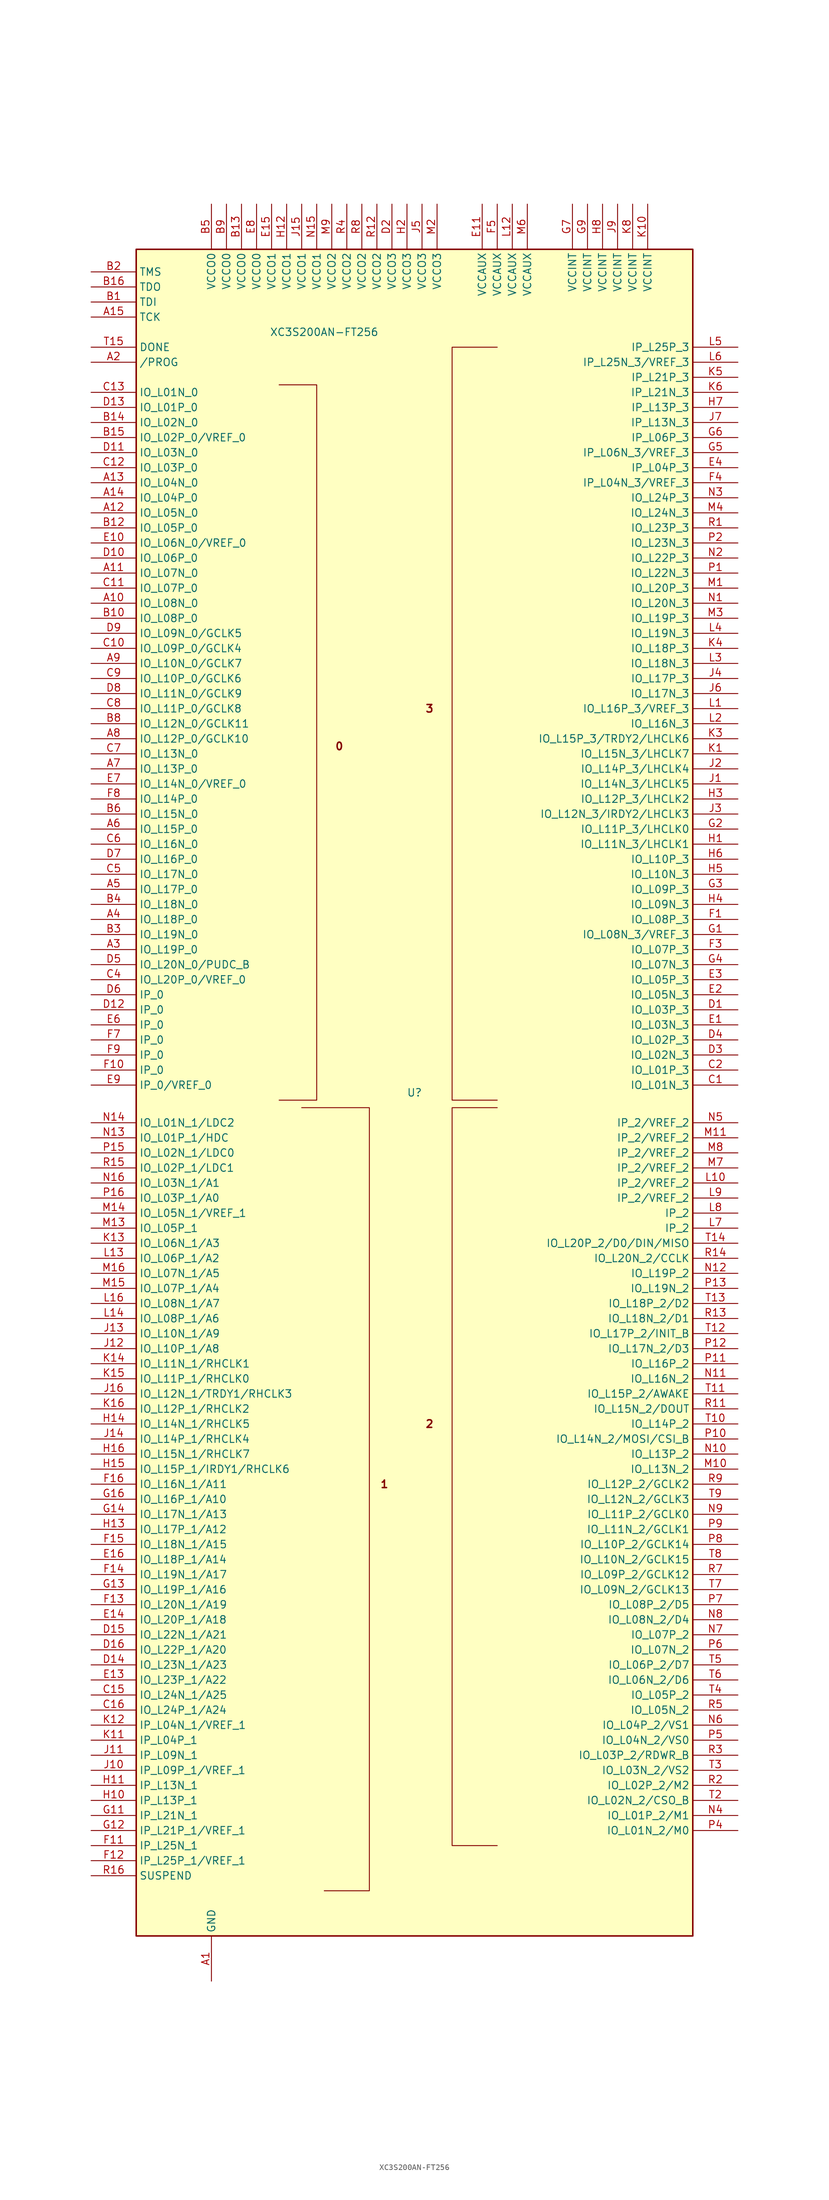
<source format=kicad_sym>
(kicad_symbol_lib
  (version 20241209)
  (generator "kicad_symbol_editor")
  (generator_version "9.0")
  (symbol "XC3S200AN-FT256"
    (property "Reference" "U"
      (at 0 0 0)
      (effects (font (size 1.27 1.27))))
    (property "Value" "XC3S200AN-FT256"
      (at -15.24 128.27 0)
      (effects (font (size 1.27 1.27))))
    (symbol "XC3S200AN-FT256_0_0"
      (text "0" (at -12.7 58.42 0) (effects (font (size 1.27 1.27) (bold yes))))
      (text "1" (at -5.08 -66.04 0) (effects (font (size 1.27 1.27) (bold yes))))
      (text "3" (at 2.54 64.77 0) (effects (font (size 1.27 1.27) (bold yes))))
      (text "2" (at 2.54 -55.88 0) (effects (font (size 1.27 1.27) (bold yes)))))
    (symbol "XC3S200AN-FT256_0_1"
      (rectangle (start -46.99 142.24) (end 46.99 -142.24) (stroke (width 0.254) (type default)) (fill (type background)))
      (polyline (pts (xy -22.86 119.38) (xy -16.51 119.38) (xy -16.51 -1.27) (xy -22.86 -1.27) (xy -22.86 -1.27)) (stroke (width 0) (type default)) (fill (type none)))
      (polyline (pts (xy -19.05 -2.54) (xy -7.62 -2.54) (xy -7.62 -134.62) (xy -15.24 -134.62) (xy -15.24 -134.62)) (stroke (width 0) (type default)) (fill (type none)))
      (polyline (pts (xy 13.97 125.73) (xy 6.35 125.73) (xy 6.35 -1.27) (xy 13.97 -1.27) (xy 13.97 -1.27)) (stroke (width 0) (type default)) (fill (type none)))
      (polyline (pts (xy 13.97 -2.54) (xy 6.35 -2.54) (xy 6.35 -127) (xy 13.97 -127) (xy 13.97 -127)) (stroke (width 0) (type default)) (fill (type none))))
    (symbol "XC3S200AN-FT256_1_1"
      (pin input line (at -54.61 138.43 0) (length 7.62) (name "TMS" (effects (font (size 1.27 1.27)))) (number "B2" (effects (font (size 1.27 1.27)))))
      (pin output line (at -54.61 135.89 0) (length 7.62) (name "TDO" (effects (font (size 1.27 1.27)))) (number "B16" (effects (font (size 1.27 1.27)))))
      (pin input line (at -54.61 133.35 0) (length 7.62) (name "TDI" (effects (font (size 1.27 1.27)))) (number "B1" (effects (font (size 1.27 1.27)))))
      (pin input line (at -54.61 130.81 0) (length 7.62) (name "TCK" (effects (font (size 1.27 1.27)))) (number "A15" (effects (font (size 1.27 1.27)))))
      (pin bidirectional line (at -54.61 125.73 0) (length 7.62) (name "DONE" (effects (font (size 1.27 1.27)))) (number "T15" (effects (font (size 1.27 1.27)))))
      (pin bidirectional line (at -54.61 123.19 0) (length 7.62) (name "/PROG" (effects (font (size 1.27 1.27)))) (number "A2" (effects (font (size 1.27 1.27)))))
      (pin bidirectional line (at -54.61 118.11 0) (length 7.62) (name "IO_L01N_0" (effects (font (size 1.27 1.27)))) (number "C13" (effects (font (size 1.27 1.27)))))
      (pin bidirectional line (at -54.61 115.57 0) (length 7.62) (name "IO_L01P_0" (effects (font (size 1.27 1.27)))) (number "D13" (effects (font (size 1.27 1.27)))))
      (pin bidirectional line (at -54.61 113.03 0) (length 7.62) (name "IO_L02N_0" (effects (font (size 1.27 1.27)))) (number "B14" (effects (font (size 1.27 1.27)))))
      (pin bidirectional line (at -54.61 110.49 0) (length 7.62) (name "IO_L02P_0/VREF_0" (effects (font (size 1.27 1.27)))) (number "B15" (effects (font (size 1.27 1.27)))))
      (pin bidirectional line (at -54.61 107.95 0) (length 7.62) (name "IO_L03N_0" (effects (font (size 1.27 1.27)))) (number "D11" (effects (font (size 1.27 1.27)))))
      (pin bidirectional line (at -54.61 105.41 0) (length 7.62) (name "IO_L03P_0" (effects (font (size 1.27 1.27)))) (number "C12" (effects (font (size 1.27 1.27)))))
      (pin bidirectional line (at -54.61 102.87 0) (length 7.62) (name "IO_L04N_0" (effects (font (size 1.27 1.27)))) (number "A13" (effects (font (size 1.27 1.27)))))
      (pin bidirectional line (at -54.61 100.33 0) (length 7.62) (name "IO_L04P_0" (effects (font (size 1.27 1.27)))) (number "A14" (effects (font (size 1.27 1.27)))))
      (pin bidirectional line (at -54.61 97.79 0) (length 7.62) (name "IO_L05N_0" (effects (font (size 1.27 1.27)))) (number "A12" (effects (font (size 1.27 1.27)))))
      (pin bidirectional line (at -54.61 95.25 0) (length 7.62) (name "IO_L05P_0" (effects (font (size 1.27 1.27)))) (number "B12" (effects (font (size 1.27 1.27)))))
      (pin bidirectional line (at -54.61 92.71 0) (length 7.62) (name "IO_L06N_0/VREF_0" (effects (font (size 1.27 1.27)))) (number "E10" (effects (font (size 1.27 1.27)))))
      (pin bidirectional line (at -54.61 90.17 0) (length 7.62) (name "IO_L06P_0" (effects (font (size 1.27 1.27)))) (number "D10" (effects (font (size 1.27 1.27)))))
      (pin bidirectional line (at -54.61 87.63 0) (length 7.62) (name "IO_L07N_0" (effects (font (size 1.27 1.27)))) (number "A11" (effects (font (size 1.27 1.27)))))
      (pin bidirectional line (at -54.61 85.09 0) (length 7.62) (name "IO_L07P_0" (effects (font (size 1.27 1.27)))) (number "C11" (effects (font (size 1.27 1.27)))))
      (pin bidirectional line (at -54.61 82.55 0) (length 7.62) (name "IO_L08N_0" (effects (font (size 1.27 1.27)))) (number "A10" (effects (font (size 1.27 1.27)))))
      (pin bidirectional line (at -54.61 80.01 0) (length 7.62) (name "IO_L08P_0" (effects (font (size 1.27 1.27)))) (number "B10" (effects (font (size 1.27 1.27)))))
      (pin bidirectional line (at -54.61 77.47 0) (length 7.62) (name "IO_L09N_0/GCLK5" (effects (font (size 1.27 1.27)))) (number "D9" (effects (font (size 1.27 1.27)))))
      (pin bidirectional line (at -54.61 74.93 0) (length 7.62) (name "IO_L09P_0/GCLK4" (effects (font (size 1.27 1.27)))) (number "C10" (effects (font (size 1.27 1.27)))))
      (pin bidirectional line (at -54.61 72.39 0) (length 7.62) (name "IO_L10N_0/GCLK7" (effects (font (size 1.27 1.27)))) (number "A9" (effects (font (size 1.27 1.27)))))
      (pin bidirectional line (at -54.61 69.85 0) (length 7.62) (name "IO_L10P_0/GCLK6" (effects (font (size 1.27 1.27)))) (number "C9" (effects (font (size 1.27 1.27)))))
      (pin bidirectional line (at -54.61 67.31 0) (length 7.62) (name "IO_L11N_0/GCLK9" (effects (font (size 1.27 1.27)))) (number "D8" (effects (font (size 1.27 1.27)))))
      (pin bidirectional line (at -54.61 64.77 0) (length 7.62) (name "IO_L11P_0/GCLK8" (effects (font (size 1.27 1.27)))) (number "C8" (effects (font (size 1.27 1.27)))))
      (pin bidirectional line (at -54.61 62.23 0) (length 7.62) (name "IO_L12N_0/GCLK11" (effects (font (size 1.27 1.27)))) (number "B8" (effects (font (size 1.27 1.27)))))
      (pin bidirectional line (at -54.61 59.69 0) (length 7.62) (name "IO_L12P_0/GCLK10" (effects (font (size 1.27 1.27)))) (number "A8" (effects (font (size 1.27 1.27)))))
      (pin bidirectional line (at -54.61 57.15 0) (length 7.62) (name "IO_L13N_0" (effects (font (size 1.27 1.27)))) (number "C7" (effects (font (size 1.27 1.27)))))
      (pin bidirectional line (at -54.61 54.61 0) (length 7.62) (name "IO_L13P_0" (effects (font (size 1.27 1.27)))) (number "A7" (effects (font (size 1.27 1.27)))))
      (pin bidirectional line (at -54.61 52.07 0) (length 7.62) (name "IO_L14N_0/VREF_0" (effects (font (size 1.27 1.27)))) (number "E7" (effects (font (size 1.27 1.27)))))
      (pin bidirectional line (at -54.61 49.53 0) (length 7.62) (name "IO_L14P_0" (effects (font (size 1.27 1.27)))) (number "F8" (effects (font (size 1.27 1.27)))))
      (pin bidirectional line (at -54.61 46.99 0) (length 7.62) (name "IO_L15N_0" (effects (font (size 1.27 1.27)))) (number "B6" (effects (font (size 1.27 1.27)))))
      (pin bidirectional line (at -54.61 44.45 0) (length 7.62) (name "IO_L15P_0" (effects (font (size 1.27 1.27)))) (number "A6" (effects (font (size 1.27 1.27)))))
      (pin bidirectional line (at -54.61 41.91 0) (length 7.62) (name "IO_L16N_0" (effects (font (size 1.27 1.27)))) (number "C6" (effects (font (size 1.27 1.27)))))
      (pin bidirectional line (at -54.61 39.37 0) (length 7.62) (name "IO_L16P_0" (effects (font (size 1.27 1.27)))) (number "D7" (effects (font (size 1.27 1.27)))))
      (pin bidirectional line (at -54.61 36.83 0) (length 7.62) (name "IO_L17N_0" (effects (font (size 1.27 1.27)))) (number "C5" (effects (font (size 1.27 1.27)))))
      (pin bidirectional line (at -54.61 34.29 0) (length 7.62) (name "IO_L17P_0" (effects (font (size 1.27 1.27)))) (number "A5" (effects (font (size 1.27 1.27)))))
      (pin bidirectional line (at -54.61 31.75 0) (length 7.62) (name "IO_L18N_0" (effects (font (size 1.27 1.27)))) (number "B4" (effects (font (size 1.27 1.27)))))
      (pin bidirectional line (at -54.61 29.21 0) (length 7.62) (name "IO_L18P_0" (effects (font (size 1.27 1.27)))) (number "A4" (effects (font (size 1.27 1.27)))))
      (pin bidirectional line (at -54.61 26.67 0) (length 7.62) (name "IO_L19N_0" (effects (font (size 1.27 1.27)))) (number "B3" (effects (font (size 1.27 1.27)))))
      (pin bidirectional line (at -54.61 24.13 0) (length 7.62) (name "IO_L19P_0" (effects (font (size 1.27 1.27)))) (number "A3" (effects (font (size 1.27 1.27)))))
      (pin bidirectional line (at -54.61 21.59 0) (length 7.62) (name "IO_L20N_0/PUDC_B" (effects (font (size 1.27 1.27)))) (number "D5" (effects (font (size 1.27 1.27)))))
      (pin bidirectional line (at -54.61 19.05 0) (length 7.62) (name "IO_L20P_0/VREF_0" (effects (font (size 1.27 1.27)))) (number "C4" (effects (font (size 1.27 1.27)))))
      (pin input line (at -54.61 16.51 0) (length 7.62) (name "IP_0" (effects (font (size 1.27 1.27)))) (number "D6" (effects (font (size 1.27 1.27)))))
      (pin input line (at -54.61 13.97 0) (length 7.62) (name "IP_0" (effects (font (size 1.27 1.27)))) (number "D12" (effects (font (size 1.27 1.27)))))
      (pin input line (at -54.61 11.43 0) (length 7.62) (name "IP_0" (effects (font (size 1.27 1.27)))) (number "E6" (effects (font (size 1.27 1.27)))))
      (pin input line (at -54.61 8.89 0) (length 7.62) (name "IP_0" (effects (font (size 1.27 1.27)))) (number "F7" (effects (font (size 1.27 1.27)))))
      (pin input line (at -54.61 6.35 0) (length 7.62) (name "IP_0" (effects (font (size 1.27 1.27)))) (number "F9" (effects (font (size 1.27 1.27)))))
      (pin input line (at -54.61 3.81 0) (length 7.62) (name "IP_0" (effects (font (size 1.27 1.27)))) (number "F10" (effects (font (size 1.27 1.27)))))
      (pin input line (at -54.61 1.27 0) (length 7.62) (name "IP_0/VREF_0" (effects (font (size 1.27 1.27)))) (number "E9" (effects (font (size 1.27 1.27)))))
      (pin bidirectional line (at -54.61 -5.08 0) (length 7.62) (name "IO_L01N_1/LDC2" (effects (font (size 1.27 1.27)))) (number "N14" (effects (font (size 1.27 1.27)))))
      (pin bidirectional line (at -54.61 -7.62 0) (length 7.62) (name "IO_L01P_1/HDC" (effects (font (size 1.27 1.27)))) (number "N13" (effects (font (size 1.27 1.27)))))
      (pin bidirectional line (at -54.61 -10.16 0) (length 7.62) (name "IO_L02N_1/LDC0" (effects (font (size 1.27 1.27)))) (number "P15" (effects (font (size 1.27 1.27)))))
      (pin bidirectional line (at -54.61 -12.7 0) (length 7.62) (name "IO_L02P_1/LDC1" (effects (font (size 1.27 1.27)))) (number "R15" (effects (font (size 1.27 1.27)))))
      (pin bidirectional line (at -54.61 -15.24 0) (length 7.62) (name "IO_L03N_1/A1" (effects (font (size 1.27 1.27)))) (number "N16" (effects (font (size 1.27 1.27)))))
      (pin bidirectional line (at -54.61 -17.78 0) (length 7.62) (name "IO_L03P_1/A0" (effects (font (size 1.27 1.27)))) (number "P16" (effects (font (size 1.27 1.27)))))
      (pin bidirectional line (at -54.61 -20.32 0) (length 7.62) (name "IO_L05N_1/VREF_1" (effects (font (size 1.27 1.27)))) (number "M14" (effects (font (size 1.27 1.27)))))
      (pin bidirectional line (at -54.61 -22.86 0) (length 7.62) (name "IO_L05P_1" (effects (font (size 1.27 1.27)))) (number "M13" (effects (font (size 1.27 1.27)))))
      (pin bidirectional line (at -54.61 -25.4 0) (length 7.62) (name "IO_L06N_1/A3" (effects (font (size 1.27 1.27)))) (number "K13" (effects (font (size 1.27 1.27)))))
      (pin bidirectional line (at -54.61 -27.94 0) (length 7.62) (name "IO_L06P_1/A2" (effects (font (size 1.27 1.27)))) (number "L13" (effects (font (size 1.27 1.27)))))
      (pin bidirectional line (at -54.61 -30.48 0) (length 7.62) (name "IO_L07N_1/A5" (effects (font (size 1.27 1.27)))) (number "M16" (effects (font (size 1.27 1.27)))))
      (pin bidirectional line (at -54.61 -33.02 0) (length 7.62) (name "IO_L07P_1/A4" (effects (font (size 1.27 1.27)))) (number "M15" (effects (font (size 1.27 1.27)))))
      (pin bidirectional line (at -54.61 -35.56 0) (length 7.62) (name "IO_L08N_1/A7" (effects (font (size 1.27 1.27)))) (number "L16" (effects (font (size 1.27 1.27)))))
      (pin bidirectional line (at -54.61 -38.1 0) (length 7.62) (name "IO_L08P_1/A6" (effects (font (size 1.27 1.27)))) (number "L14" (effects (font (size 1.27 1.27)))))
      (pin bidirectional line (at -54.61 -40.64 0) (length 7.62) (name "IO_L10N_1/A9" (effects (font (size 1.27 1.27)))) (number "J13" (effects (font (size 1.27 1.27)))))
      (pin bidirectional line (at -54.61 -43.18 0) (length 7.62) (name "IO_L10P_1/A8" (effects (font (size 1.27 1.27)))) (number "J12" (effects (font (size 1.27 1.27)))))
      (pin bidirectional line (at -54.61 -45.72 0) (length 7.62) (name "IO_L11N_1/RHCLK1" (effects (font (size 1.27 1.27)))) (number "K14" (effects (font (size 1.27 1.27)))))
      (pin bidirectional line (at -54.61 -48.26 0) (length 7.62) (name "IO_L11P_1/RHCLK0" (effects (font (size 1.27 1.27)))) (number "K15" (effects (font (size 1.27 1.27)))))
      (pin bidirectional line (at -54.61 -50.8 0) (length 7.62) (name "IO_L12N_1/TRDY1/RHCLK3" (effects (font (size 1.27 1.27)))) (number "J16" (effects (font (size 1.27 1.27)))))
      (pin bidirectional line (at -54.61 -53.34 0) (length 7.62) (name "IO_L12P_1/RHCLK2" (effects (font (size 1.27 1.27)))) (number "K16" (effects (font (size 1.27 1.27)))))
      (pin bidirectional line (at -54.61 -55.88 0) (length 7.62) (name "IO_L14N_1/RHCLK5" (effects (font (size 1.27 1.27)))) (number "H14" (effects (font (size 1.27 1.27)))))
      (pin bidirectional line (at -54.61 -58.42 0) (length 7.62) (name "IO_L14P_1/RHCLK4" (effects (font (size 1.27 1.27)))) (number "J14" (effects (font (size 1.27 1.27)))))
      (pin bidirectional line (at -54.61 -60.96 0) (length 7.62) (name "IO_L15N_1/RHCLK7" (effects (font (size 1.27 1.27)))) (number "H16" (effects (font (size 1.27 1.27)))))
      (pin bidirectional line (at -54.61 -63.5 0) (length 7.62) (name "IO_L15P_1/IRDY1/RHCLK6" (effects (font (size 1.27 1.27)))) (number "H15" (effects (font (size 1.27 1.27)))))
      (pin bidirectional line (at -54.61 -66.04 0) (length 7.62) (name "IO_L16N_1/A11" (effects (font (size 1.27 1.27)))) (number "F16" (effects (font (size 1.27 1.27)))))
      (pin bidirectional line (at -54.61 -68.58 0) (length 7.62) (name "IO_L16P_1/A10" (effects (font (size 1.27 1.27)))) (number "G16" (effects (font (size 1.27 1.27)))))
      (pin bidirectional line (at -54.61 -71.12 0) (length 7.62) (name "IO_L17N_1/A13" (effects (font (size 1.27 1.27)))) (number "G14" (effects (font (size 1.27 1.27)))))
      (pin bidirectional line (at -54.61 -73.66 0) (length 7.62) (name "IO_L17P_1/A12" (effects (font (size 1.27 1.27)))) (number "H13" (effects (font (size 1.27 1.27)))))
      (pin bidirectional line (at -54.61 -76.2 0) (length 7.62) (name "IO_L18N_1/A15" (effects (font (size 1.27 1.27)))) (number "F15" (effects (font (size 1.27 1.27)))))
      (pin bidirectional line (at -54.61 -78.74 0) (length 7.62) (name "IO_L18P_1/A14" (effects (font (size 1.27 1.27)))) (number "E16" (effects (font (size 1.27 1.27)))))
      (pin bidirectional line (at -54.61 -81.28 0) (length 7.62) (name "IO_L19N_1/A17" (effects (font (size 1.27 1.27)))) (number "F14" (effects (font (size 1.27 1.27)))))
      (pin bidirectional line (at -54.61 -83.82 0) (length 7.62) (name "IO_L19P_1/A16" (effects (font (size 1.27 1.27)))) (number "G13" (effects (font (size 1.27 1.27)))))
      (pin bidirectional line (at -54.61 -86.36 0) (length 7.62) (name "IO_L20N_1/A19" (effects (font (size 1.27 1.27)))) (number "F13" (effects (font (size 1.27 1.27)))))
      (pin bidirectional line (at -54.61 -88.9 0) (length 7.62) (name "IO_L20P_1/A18" (effects (font (size 1.27 1.27)))) (number "E14" (effects (font (size 1.27 1.27)))))
      (pin bidirectional line (at -54.61 -91.44 0) (length 7.62) (name "IO_L22N_1/A21" (effects (font (size 1.27 1.27)))) (number "D15" (effects (font (size 1.27 1.27)))))
      (pin bidirectional line (at -54.61 -93.98 0) (length 7.62) (name "IO_L22P_1/A20" (effects (font (size 1.27 1.27)))) (number "D16" (effects (font (size 1.27 1.27)))))
      (pin bidirectional line (at -54.61 -96.52 0) (length 7.62) (name "IO_L23N_1/A23" (effects (font (size 1.27 1.27)))) (number "D14" (effects (font (size 1.27 1.27)))))
      (pin bidirectional line (at -54.61 -99.06 0) (length 7.62) (name "IO_L23P_1/A22" (effects (font (size 1.27 1.27)))) (number "E13" (effects (font (size 1.27 1.27)))))
      (pin bidirectional line (at -54.61 -101.6 0) (length 7.62) (name "IO_L24N_1/A25" (effects (font (size 1.27 1.27)))) (number "C15" (effects (font (size 1.27 1.27)))))
      (pin bidirectional line (at -54.61 -104.14 0) (length 7.62) (name "IO_L24P_1/A24" (effects (font (size 1.27 1.27)))) (number "C16" (effects (font (size 1.27 1.27)))))
      (pin input line (at -54.61 -106.68 0) (length 7.62) (name "IP_L04N_1/VREF_1" (effects (font (size 1.27 1.27)))) (number "K12" (effects (font (size 1.27 1.27)))))
      (pin input line (at -54.61 -109.22 0) (length 7.62) (name "IP_L04P_1" (effects (font (size 1.27 1.27)))) (number "K11" (effects (font (size 1.27 1.27)))))
      (pin input line (at -54.61 -111.76 0) (length 7.62) (name "IP_L09N_1" (effects (font (size 1.27 1.27)))) (number "J11" (effects (font (size 1.27 1.27)))))
      (pin input line (at -54.61 -114.3 0) (length 7.62) (name "IP_L09P_1/VREF_1" (effects (font (size 1.27 1.27)))) (number "J10" (effects (font (size 1.27 1.27)))))
      (pin input line (at -54.61 -116.84 0) (length 7.62) (name "IP_L13N_1" (effects (font (size 1.27 1.27)))) (number "H11" (effects (font (size 1.27 1.27)))))
      (pin input line (at -54.61 -119.38 0) (length 7.62) (name "IP_L13P_1" (effects (font (size 1.27 1.27)))) (number "H10" (effects (font (size 1.27 1.27)))))
      (pin input line (at -54.61 -121.92 0) (length 7.62) (name "IP_L21N_1" (effects (font (size 1.27 1.27)))) (number "G11" (effects (font (size 1.27 1.27)))))
      (pin input line (at -54.61 -124.46 0) (length 7.62) (name "IP_L21P_1/VREF_1" (effects (font (size 1.27 1.27)))) (number "G12" (effects (font (size 1.27 1.27)))))
      (pin input line (at -54.61 -127 0) (length 7.62) (name "IP_L25N_1" (effects (font (size 1.27 1.27)))) (number "F11" (effects (font (size 1.27 1.27)))))
      (pin input line (at -54.61 -129.54 0) (length 7.62) (name "IP_L25P_1/VREF_1" (effects (font (size 1.27 1.27)))) (number "F12" (effects (font (size 1.27 1.27)))))
      (pin input line (at -54.61 -132.08 0) (length 7.62) (name "SUSPEND" (effects (font (size 1.27 1.27)))) (number "R16" (effects (font (size 1.27 1.27)))))
      (pin power_in line (at -34.29 149.86 270) (length 7.62) (name "VCCO0" (effects (font (size 1.27 1.27)))) (number "B5" (effects (font (size 1.27 1.27)))))
      (pin power_in line (at -34.29 -149.86 90) (length 7.62) (name "GND" (effects (font (size 1.27 1.27)))) (number "A1" (effects (font (size 1.27 1.27)))))
      (pin passive line (at -34.29 -149.86 90) (length 7.62) (hide yes) (name "GND" (effects (font (size 1.27 1.27)))) (number "A16" (effects (font (size 1.27 1.27)))))
      (pin passive line (at -34.29 -149.86 90) (length 7.62) (hide yes) (name "GND" (effects (font (size 1.27 1.27)))) (number "B11" (effects (font (size 1.27 1.27)))))
      (pin passive line (at -34.29 -149.86 90) (length 7.62) (hide yes) (name "GND" (effects (font (size 1.27 1.27)))) (number "B7" (effects (font (size 1.27 1.27)))))
      (pin passive line (at -34.29 -149.86 90) (length 7.62) (hide yes) (name "GND" (effects (font (size 1.27 1.27)))) (number "C14" (effects (font (size 1.27 1.27)))))
      (pin passive line (at -34.29 -149.86 90) (length 7.62) (hide yes) (name "GND" (effects (font (size 1.27 1.27)))) (number "C3" (effects (font (size 1.27 1.27)))))
      (pin passive line (at -34.29 -149.86 90) (length 7.62) (hide yes) (name "GND" (effects (font (size 1.27 1.27)))) (number "E12" (effects (font (size 1.27 1.27)))))
      (pin passive line (at -34.29 -149.86 90) (length 7.62) (hide yes) (name "GND" (effects (font (size 1.27 1.27)))) (number "E5" (effects (font (size 1.27 1.27)))))
      (pin passive line (at -34.29 -149.86 90) (length 7.62) (hide yes) (name "GND" (effects (font (size 1.27 1.27)))) (number "F2" (effects (font (size 1.27 1.27)))))
      (pin passive line (at -34.29 -149.86 90) (length 7.62) (hide yes) (name "GND" (effects (font (size 1.27 1.27)))) (number "F6" (effects (font (size 1.27 1.27)))))
      (pin passive line (at -34.29 -149.86 90) (length 7.62) (hide yes) (name "GND" (effects (font (size 1.27 1.27)))) (number "G10" (effects (font (size 1.27 1.27)))))
      (pin passive line (at -34.29 -149.86 90) (length 7.62) (hide yes) (name "GND" (effects (font (size 1.27 1.27)))) (number "G15" (effects (font (size 1.27 1.27)))))
      (pin passive line (at -34.29 -149.86 90) (length 7.62) (hide yes) (name "GND" (effects (font (size 1.27 1.27)))) (number "G8" (effects (font (size 1.27 1.27)))))
      (pin passive line (at -34.29 -149.86 90) (length 7.62) (hide yes) (name "GND" (effects (font (size 1.27 1.27)))) (number "H9" (effects (font (size 1.27 1.27)))))
      (pin passive line (at -34.29 -149.86 90) (length 7.62) (hide yes) (name "GND" (effects (font (size 1.27 1.27)))) (number "J8" (effects (font (size 1.27 1.27)))))
      (pin passive line (at -34.29 -149.86 90) (length 7.62) (hide yes) (name "GND" (effects (font (size 1.27 1.27)))) (number "K2" (effects (font (size 1.27 1.27)))))
      (pin passive line (at -34.29 -149.86 90) (length 7.62) (hide yes) (name "GND" (effects (font (size 1.27 1.27)))) (number "K7" (effects (font (size 1.27 1.27)))))
      (pin passive line (at -34.29 -149.86 90) (length 7.62) (hide yes) (name "GND" (effects (font (size 1.27 1.27)))) (number "K9" (effects (font (size 1.27 1.27)))))
      (pin passive line (at -34.29 -149.86 90) (length 7.62) (hide yes) (name "GND" (effects (font (size 1.27 1.27)))) (number "L11" (effects (font (size 1.27 1.27)))))
      (pin passive line (at -34.29 -149.86 90) (length 7.62) (hide yes) (name "GND" (effects (font (size 1.27 1.27)))) (number "L15" (effects (font (size 1.27 1.27)))))
      (pin passive line (at -34.29 -149.86 90) (length 7.62) (hide yes) (name "GND" (effects (font (size 1.27 1.27)))) (number "M12" (effects (font (size 1.27 1.27)))))
      (pin passive line (at -34.29 -149.86 90) (length 7.62) (hide yes) (name "GND" (effects (font (size 1.27 1.27)))) (number "M5" (effects (font (size 1.27 1.27)))))
      (pin passive line (at -34.29 -149.86 90) (length 7.62) (hide yes) (name "GND" (effects (font (size 1.27 1.27)))) (number "P14" (effects (font (size 1.27 1.27)))))
      (pin passive line (at -34.29 -149.86 90) (length 7.62) (hide yes) (name "GND" (effects (font (size 1.27 1.27)))) (number "P3" (effects (font (size 1.27 1.27)))))
      (pin passive line (at -34.29 -149.86 90) (length 7.62) (hide yes) (name "GND" (effects (font (size 1.27 1.27)))) (number "R10" (effects (font (size 1.27 1.27)))))
      (pin passive line (at -34.29 -149.86 90) (length 7.62) (hide yes) (name "GND" (effects (font (size 1.27 1.27)))) (number "R6" (effects (font (size 1.27 1.27)))))
      (pin passive line (at -34.29 -149.86 90) (length 7.62) (hide yes) (name "GND" (effects (font (size 1.27 1.27)))) (number "T1" (effects (font (size 1.27 1.27)))))
      (pin passive line (at -34.29 -149.86 90) (length 7.62) (hide yes) (name "GND" (effects (font (size 1.27 1.27)))) (number "T16" (effects (font (size 1.27 1.27)))))
      (pin power_in line (at -31.75 149.86 270) (length 7.62) (name "VCCO0" (effects (font (size 1.27 1.27)))) (number "B9" (effects (font (size 1.27 1.27)))))
      (pin power_in line (at -29.21 149.86 270) (length 7.62) (name "VCCO0" (effects (font (size 1.27 1.27)))) (number "B13" (effects (font (size 1.27 1.27)))))
      (pin power_in line (at -26.67 149.86 270) (length 7.62) (name "VCCO0" (effects (font (size 1.27 1.27)))) (number "E8" (effects (font (size 1.27 1.27)))))
      (pin power_in line (at -24.13 149.86 270) (length 7.62) (name "VCCO1" (effects (font (size 1.27 1.27)))) (number "E15" (effects (font (size 1.27 1.27)))))
      (pin power_in line (at -21.59 149.86 270) (length 7.62) (name "VCCO1" (effects (font (size 1.27 1.27)))) (number "H12" (effects (font (size 1.27 1.27)))))
      (pin power_in line (at -19.05 149.86 270) (length 7.62) (name "VCCO1" (effects (font (size 1.27 1.27)))) (number "J15" (effects (font (size 1.27 1.27)))))
      (pin power_in line (at -16.51 149.86 270) (length 7.62) (name "VCCO1" (effects (font (size 1.27 1.27)))) (number "N15" (effects (font (size 1.27 1.27)))))
      (pin power_in line (at -13.97 149.86 270) (length 7.62) (name "VCCO2" (effects (font (size 1.27 1.27)))) (number "M9" (effects (font (size 1.27 1.27)))))
      (pin power_in line (at -11.43 149.86 270) (length 7.62) (name "VCCO2" (effects (font (size 1.27 1.27)))) (number "R4" (effects (font (size 1.27 1.27)))))
      (pin power_in line (at -8.89 149.86 270) (length 7.62) (name "VCCO2" (effects (font (size 1.27 1.27)))) (number "R8" (effects (font (size 1.27 1.27)))))
      (pin power_in line (at -6.35 149.86 270) (length 7.62) (name "VCCO2" (effects (font (size 1.27 1.27)))) (number "R12" (effects (font (size 1.27 1.27)))))
      (pin passive line (at -3.81 149.86 270) (length 7.62) (name "VCCO3" (effects (font (size 1.27 1.27)))) (number "D2" (effects (font (size 1.27 1.27)))))
      (pin power_in line (at -1.27 149.86 270) (length 7.62) (name "VCCO3" (effects (font (size 1.27 1.27)))) (number "H2" (effects (font (size 1.27 1.27)))))
      (pin power_in line (at 1.27 149.86 270) (length 7.62) (name "VCCO3" (effects (font (size 1.27 1.27)))) (number "J5" (effects (font (size 1.27 1.27)))))
      (pin power_in line (at 3.81 149.86 270) (length 7.62) (name "VCCO3" (effects (font (size 1.27 1.27)))) (number "M2" (effects (font (size 1.27 1.27)))))
      (pin power_in line (at 11.43 149.86 270) (length 7.62) (name "VCCAUX" (effects (font (size 1.27 1.27)))) (number "E11" (effects (font (size 1.27 1.27)))))
      (pin power_in line (at 13.97 149.86 270) (length 7.62) (name "VCCAUX" (effects (font (size 1.27 1.27)))) (number "F5" (effects (font (size 1.27 1.27)))))
      (pin power_in line (at 16.51 149.86 270) (length 7.62) (name "VCCAUX" (effects (font (size 1.27 1.27)))) (number "L12" (effects (font (size 1.27 1.27)))))
      (pin power_in line (at 19.05 149.86 270) (length 7.62) (name "VCCAUX" (effects (font (size 1.27 1.27)))) (number "M6" (effects (font (size 1.27 1.27)))))
      (pin power_in line (at 26.67 149.86 270) (length 7.62) (name "VCCINT" (effects (font (size 1.27 1.27)))) (number "G7" (effects (font (size 1.27 1.27)))))
      (pin power_in line (at 29.21 149.86 270) (length 7.62) (name "VCCINT" (effects (font (size 1.27 1.27)))) (number "G9" (effects (font (size 1.27 1.27)))))
      (pin power_in line (at 31.75 149.86 270) (length 7.62) (name "VCCINT" (effects (font (size 1.27 1.27)))) (number "H8" (effects (font (size 1.27 1.27)))))
      (pin power_in line (at 34.29 149.86 270) (length 7.62) (name "VCCINT" (effects (font (size 1.27 1.27)))) (number "J9" (effects (font (size 1.27 1.27)))))
      (pin power_in line (at 36.83 149.86 270) (length 7.62) (name "VCCINT" (effects (font (size 1.27 1.27)))) (number "K8" (effects (font (size 1.27 1.27)))))
      (pin power_in line (at 39.37 149.86 270) (length 7.62) (name "VCCINT" (effects (font (size 1.27 1.27)))) (number "K10" (effects (font (size 1.27 1.27)))))
      (pin input line (at 54.61 125.73 180) (length 7.62) (name "IP_L25P_3" (effects (font (size 1.27 1.27)))) (number "L5" (effects (font (size 1.27 1.27)))))
      (pin input line (at 54.61 123.19 180) (length 7.62) (name "IP_L25N_3/VREF_3" (effects (font (size 1.27 1.27)))) (number "L6" (effects (font (size 1.27 1.27)))))
      (pin input line (at 54.61 120.65 180) (length 7.62) (name "IP_L21P_3" (effects (font (size 1.27 1.27)))) (number "K5" (effects (font (size 1.27 1.27)))))
      (pin input line (at 54.61 118.11 180) (length 7.62) (name "IP_L21N_3" (effects (font (size 1.27 1.27)))) (number "K6" (effects (font (size 1.27 1.27)))))
      (pin input line (at 54.61 115.57 180) (length 7.62) (name "IP_L13P_3" (effects (font (size 1.27 1.27)))) (number "H7" (effects (font (size 1.27 1.27)))))
      (pin input line (at 54.61 113.03 180) (length 7.62) (name "IP_L13N_3" (effects (font (size 1.27 1.27)))) (number "J7" (effects (font (size 1.27 1.27)))))
      (pin input line (at 54.61 110.49 180) (length 7.62) (name "IP_L06P_3" (effects (font (size 1.27 1.27)))) (number "G6" (effects (font (size 1.27 1.27)))))
      (pin input line (at 54.61 107.95 180) (length 7.62) (name "IP_L06N_3/VREF_3" (effects (font (size 1.27 1.27)))) (number "G5" (effects (font (size 1.27 1.27)))))
      (pin input line (at 54.61 105.41 180) (length 7.62) (name "IP_L04P_3" (effects (font (size 1.27 1.27)))) (number "E4" (effects (font (size 1.27 1.27)))))
      (pin input line (at 54.61 102.87 180) (length 7.62) (name "IP_L04N_3/VREF_3" (effects (font (size 1.27 1.27)))) (number "F4" (effects (font (size 1.27 1.27)))))
      (pin bidirectional line (at 54.61 100.33 180) (length 7.62) (name "IO_L24P_3" (effects (font (size 1.27 1.27)))) (number "N3" (effects (font (size 1.27 1.27)))))
      (pin bidirectional line (at 54.61 97.79 180) (length 7.62) (name "IO_L24N_3" (effects (font (size 1.27 1.27)))) (number "M4" (effects (font (size 1.27 1.27)))))
      (pin bidirectional line (at 54.61 95.25 180) (length 7.62) (name "IO_L23P_3" (effects (font (size 1.27 1.27)))) (number "R1" (effects (font (size 1.27 1.27)))))
      (pin bidirectional line (at 54.61 92.71 180) (length 7.62) (name "IO_L23N_3" (effects (font (size 1.27 1.27)))) (number "P2" (effects (font (size 1.27 1.27)))))
      (pin bidirectional line (at 54.61 90.17 180) (length 7.62) (name "IO_L22P_3" (effects (font (size 1.27 1.27)))) (number "N2" (effects (font (size 1.27 1.27)))))
      (pin bidirectional line (at 54.61 87.63 180) (length 7.62) (name "IO_L22N_3" (effects (font (size 1.27 1.27)))) (number "P1" (effects (font (size 1.27 1.27)))))
      (pin bidirectional line (at 54.61 85.09 180) (length 7.62) (name "IO_L20P_3" (effects (font (size 1.27 1.27)))) (number "M1" (effects (font (size 1.27 1.27)))))
      (pin bidirectional line (at 54.61 82.55 180) (length 7.62) (name "IO_L20N_3" (effects (font (size 1.27 1.27)))) (number "N1" (effects (font (size 1.27 1.27)))))
      (pin bidirectional line (at 54.61 80.01 180) (length 7.62) (name "IO_L19P_3" (effects (font (size 1.27 1.27)))) (number "M3" (effects (font (size 1.27 1.27)))))
      (pin bidirectional line (at 54.61 77.47 180) (length 7.62) (name "IO_L19N_3" (effects (font (size 1.27 1.27)))) (number "L4" (effects (font (size 1.27 1.27)))))
      (pin bidirectional line (at 54.61 74.93 180) (length 7.62) (name "IO_L18P_3" (effects (font (size 1.27 1.27)))) (number "K4" (effects (font (size 1.27 1.27)))))
      (pin bidirectional line (at 54.61 72.39 180) (length 7.62) (name "IO_L18N_3" (effects (font (size 1.27 1.27)))) (number "L3" (effects (font (size 1.27 1.27)))))
      (pin bidirectional line (at 54.61 69.85 180) (length 7.62) (name "IO_L17P_3" (effects (font (size 1.27 1.27)))) (number "J4" (effects (font (size 1.27 1.27)))))
      (pin bidirectional line (at 54.61 67.31 180) (length 7.62) (name "IO_L17N_3" (effects (font (size 1.27 1.27)))) (number "J6" (effects (font (size 1.27 1.27)))))
      (pin bidirectional line (at 54.61 64.77 180) (length 7.62) (name "IO_L16P_3/VREF_3" (effects (font (size 1.27 1.27)))) (number "L1" (effects (font (size 1.27 1.27)))))
      (pin bidirectional line (at 54.61 62.23 180) (length 7.62) (name "IO_L16N_3" (effects (font (size 1.27 1.27)))) (number "L2" (effects (font (size 1.27 1.27)))))
      (pin bidirectional line (at 54.61 59.69 180) (length 7.62) (name "IO_L15P_3/TRDY2/LHCLK6" (effects (font (size 1.27 1.27)))) (number "K3" (effects (font (size 1.27 1.27)))))
      (pin bidirectional line (at 54.61 57.15 180) (length 7.62) (name "IO_L15N_3/LHCLK7" (effects (font (size 1.27 1.27)))) (number "K1" (effects (font (size 1.27 1.27)))))
      (pin bidirectional line (at 54.61 54.61 180) (length 7.62) (name "IO_L14P_3/LHCLK4" (effects (font (size 1.27 1.27)))) (number "J2" (effects (font (size 1.27 1.27)))))
      (pin bidirectional line (at 54.61 52.07 180) (length 7.62) (name "IO_L14N_3/LHCLK5" (effects (font (size 1.27 1.27)))) (number "J1" (effects (font (size 1.27 1.27)))))
      (pin bidirectional line (at 54.61 49.53 180) (length 7.62) (name "IO_L12P_3/LHCLK2" (effects (font (size 1.27 1.27)))) (number "H3" (effects (font (size 1.27 1.27)))))
      (pin bidirectional line (at 54.61 46.99 180) (length 7.62) (name "IO_L12N_3/IRDY2/LHCLK3" (effects (font (size 1.27 1.27)))) (number "J3" (effects (font (size 1.27 1.27)))))
      (pin bidirectional line (at 54.61 44.45 180) (length 7.62) (name "IO_L11P_3/LHCLK0" (effects (font (size 1.27 1.27)))) (number "G2" (effects (font (size 1.27 1.27)))))
      (pin bidirectional line (at 54.61 41.91 180) (length 7.62) (name "IO_L11N_3/LHCLK1" (effects (font (size 1.27 1.27)))) (number "H1" (effects (font (size 1.27 1.27)))))
      (pin bidirectional line (at 54.61 39.37 180) (length 7.62) (name "IO_L10P_3" (effects (font (size 1.27 1.27)))) (number "H6" (effects (font (size 1.27 1.27)))))
      (pin bidirectional line (at 54.61 36.83 180) (length 7.62) (name "IO_L10N_3" (effects (font (size 1.27 1.27)))) (number "H5" (effects (font (size 1.27 1.27)))))
      (pin bidirectional line (at 54.61 34.29 180) (length 7.62) (name "IO_L09P_3" (effects (font (size 1.27 1.27)))) (number "G3" (effects (font (size 1.27 1.27)))))
      (pin bidirectional line (at 54.61 31.75 180) (length 7.62) (name "IO_L09N_3" (effects (font (size 1.27 1.27)))) (number "H4" (effects (font (size 1.27 1.27)))))
      (pin bidirectional line (at 54.61 29.21 180) (length 7.62) (name "IO_L08P_3" (effects (font (size 1.27 1.27)))) (number "F1" (effects (font (size 1.27 1.27)))))
      (pin bidirectional line (at 54.61 26.67 180) (length 7.62) (name "IO_L08N_3/VREF_3" (effects (font (size 1.27 1.27)))) (number "G1" (effects (font (size 1.27 1.27)))))
      (pin bidirectional line (at 54.61 24.13 180) (length 7.62) (name "IO_L07P_3" (effects (font (size 1.27 1.27)))) (number "F3" (effects (font (size 1.27 1.27)))))
      (pin bidirectional line (at 54.61 21.59 180) (length 7.62) (name "IO_L07N_3" (effects (font (size 1.27 1.27)))) (number "G4" (effects (font (size 1.27 1.27)))))
      (pin bidirectional line (at 54.61 19.05 180) (length 7.62) (name "IO_L05P_3" (effects (font (size 1.27 1.27)))) (number "E3" (effects (font (size 1.27 1.27)))))
      (pin bidirectional line (at 54.61 16.51 180) (length 7.62) (name "IO_L05N_3" (effects (font (size 1.27 1.27)))) (number "E2" (effects (font (size 1.27 1.27)))))
      (pin bidirectional line (at 54.61 13.97 180) (length 7.62) (name "IO_L03P_3" (effects (font (size 1.27 1.27)))) (number "D1" (effects (font (size 1.27 1.27)))))
      (pin bidirectional line (at 54.61 11.43 180) (length 7.62) (name "IO_L03N_3" (effects (font (size 1.27 1.27)))) (number "E1" (effects (font (size 1.27 1.27)))))
      (pin bidirectional line (at 54.61 8.89 180) (length 7.62) (name "IO_L02P_3" (effects (font (size 1.27 1.27)))) (number "D4" (effects (font (size 1.27 1.27)))))
      (pin bidirectional line (at 54.61 6.35 180) (length 7.62) (name "IO_L02N_3" (effects (font (size 1.27 1.27)))) (number "D3" (effects (font (size 1.27 1.27)))))
      (pin bidirectional line (at 54.61 3.81 180) (length 7.62) (name "IO_L01P_3" (effects (font (size 1.27 1.27)))) (number "C2" (effects (font (size 1.27 1.27)))))
      (pin bidirectional line (at 54.61 1.27 180) (length 7.62) (name "IO_L01N_3" (effects (font (size 1.27 1.27)))) (number "C1" (effects (font (size 1.27 1.27)))))
      (pin input line (at 54.61 -5.08 180) (length 7.62) (name "IP_2/VREF_2" (effects (font (size 1.27 1.27)))) (number "N5" (effects (font (size 1.27 1.27)))))
      (pin input line (at 54.61 -7.62 180) (length 7.62) (name "IP_2/VREF_2" (effects (font (size 1.27 1.27)))) (number "M11" (effects (font (size 1.27 1.27)))))
      (pin input line (at 54.61 -10.16 180) (length 7.62) (name "IP_2/VREF_2" (effects (font (size 1.27 1.27)))) (number "M8" (effects (font (size 1.27 1.27)))))
      (pin input line (at 54.61 -12.7 180) (length 7.62) (name "IP_2/VREF_2" (effects (font (size 1.27 1.27)))) (number "M7" (effects (font (size 1.27 1.27)))))
      (pin input line (at 54.61 -15.24 180) (length 7.62) (name "IP_2/VREF_2" (effects (font (size 1.27 1.27)))) (number "L10" (effects (font (size 1.27 1.27)))))
      (pin input line (at 54.61 -17.78 180) (length 7.62) (name "IP_2/VREF_2" (effects (font (size 1.27 1.27)))) (number "L9" (effects (font (size 1.27 1.27)))))
      (pin input line (at 54.61 -20.32 180) (length 7.62) (name "IP_2" (effects (font (size 1.27 1.27)))) (number "L8" (effects (font (size 1.27 1.27)))))
      (pin input line (at 54.61 -22.86 180) (length 7.62) (name "IP_2" (effects (font (size 1.27 1.27)))) (number "L7" (effects (font (size 1.27 1.27)))))
      (pin bidirectional line (at 54.61 -25.4 180) (length 7.62) (name "IO_L20P_2/D0/DIN/MISO" (effects (font (size 1.27 1.27)))) (number "T14" (effects (font (size 1.27 1.27)))))
      (pin bidirectional line (at 54.61 -27.94 180) (length 7.62) (name "IO_L20N_2/CCLK" (effects (font (size 1.27 1.27)))) (number "R14" (effects (font (size 1.27 1.27)))))
      (pin bidirectional line (at 54.61 -30.48 180) (length 7.62) (name "IO_L19P_2" (effects (font (size 1.27 1.27)))) (number "N12" (effects (font (size 1.27 1.27)))))
      (pin bidirectional line (at 54.61 -33.02 180) (length 7.62) (name "IO_L19N_2" (effects (font (size 1.27 1.27)))) (number "P13" (effects (font (size 1.27 1.27)))))
      (pin bidirectional line (at 54.61 -35.56 180) (length 7.62) (name "IO_L18P_2/D2" (effects (font (size 1.27 1.27)))) (number "T13" (effects (font (size 1.27 1.27)))))
      (pin bidirectional line (at 54.61 -38.1 180) (length 7.62) (name "IO_L18N_2/D1" (effects (font (size 1.27 1.27)))) (number "R13" (effects (font (size 1.27 1.27)))))
      (pin bidirectional line (at 54.61 -40.64 180) (length 7.62) (name "IO_L17P_2/INIT_B" (effects (font (size 1.27 1.27)))) (number "T12" (effects (font (size 1.27 1.27)))))
      (pin bidirectional line (at 54.61 -43.18 180) (length 7.62) (name "IO_L17N_2/D3" (effects (font (size 1.27 1.27)))) (number "P12" (effects (font (size 1.27 1.27)))))
      (pin bidirectional line (at 54.61 -45.72 180) (length 7.62) (name "IO_L16P_2" (effects (font (size 1.27 1.27)))) (number "P11" (effects (font (size 1.27 1.27)))))
      (pin bidirectional line (at 54.61 -48.26 180) (length 7.62) (name "IO_L16N_2" (effects (font (size 1.27 1.27)))) (number "N11" (effects (font (size 1.27 1.27)))))
      (pin bidirectional line (at 54.61 -50.8 180) (length 7.62) (name "IO_L15P_2/AWAKE" (effects (font (size 1.27 1.27)))) (number "T11" (effects (font (size 1.27 1.27)))))
      (pin bidirectional line (at 54.61 -53.34 180) (length 7.62) (name "IO_L15N_2/DOUT" (effects (font (size 1.27 1.27)))) (number "R11" (effects (font (size 1.27 1.27)))))
      (pin bidirectional line (at 54.61 -55.88 180) (length 7.62) (name "IO_L14P_2" (effects (font (size 1.27 1.27)))) (number "T10" (effects (font (size 1.27 1.27)))))
      (pin bidirectional line (at 54.61 -58.42 180) (length 7.62) (name "IO_L14N_2/MOSI/CSI_B" (effects (font (size 1.27 1.27)))) (number "P10" (effects (font (size 1.27 1.27)))))
      (pin bidirectional line (at 54.61 -60.96 180) (length 7.62) (name "IO_L13P_2" (effects (font (size 1.27 1.27)))) (number "N10" (effects (font (size 1.27 1.27)))))
      (pin bidirectional line (at 54.61 -63.5 180) (length 7.62) (name "IO_L13N_2" (effects (font (size 1.27 1.27)))) (number "M10" (effects (font (size 1.27 1.27)))))
      (pin bidirectional line (at 54.61 -66.04 180) (length 7.62) (name "IO_L12P_2/GCLK2" (effects (font (size 1.27 1.27)))) (number "R9" (effects (font (size 1.27 1.27)))))
      (pin bidirectional line (at 54.61 -68.58 180) (length 7.62) (name "IO_L12N_2/GCLK3" (effects (font (size 1.27 1.27)))) (number "T9" (effects (font (size 1.27 1.27)))))
      (pin bidirectional line (at 54.61 -71.12 180) (length 7.62) (name "IO_L11P_2/GCLK0" (effects (font (size 1.27 1.27)))) (number "N9" (effects (font (size 1.27 1.27)))))
      (pin bidirectional line (at 54.61 -73.66 180) (length 7.62) (name "IO_L11N_2/GCLK1" (effects (font (size 1.27 1.27)))) (number "P9" (effects (font (size 1.27 1.27)))))
      (pin bidirectional line (at 54.61 -76.2 180) (length 7.62) (name "IO_L10P_2/GCLK14" (effects (font (size 1.27 1.27)))) (number "P8" (effects (font (size 1.27 1.27)))))
      (pin bidirectional line (at 54.61 -78.74 180) (length 7.62) (name "IO_L10N_2/GCLK15" (effects (font (size 1.27 1.27)))) (number "T8" (effects (font (size 1.27 1.27)))))
      (pin bidirectional line (at 54.61 -81.28 180) (length 7.62) (name "IO_L09P_2/GCLK12" (effects (font (size 1.27 1.27)))) (number "R7" (effects (font (size 1.27 1.27)))))
      (pin bidirectional line (at 54.61 -83.82 180) (length 7.62) (name "IO_L09N_2/GCLK13" (effects (font (size 1.27 1.27)))) (number "T7" (effects (font (size 1.27 1.27)))))
      (pin bidirectional line (at 54.61 -86.36 180) (length 7.62) (name "IO_L08P_2/D5" (effects (font (size 1.27 1.27)))) (number "P7" (effects (font (size 1.27 1.27)))))
      (pin bidirectional line (at 54.61 -88.9 180) (length 7.62) (name "IO_L08N_2/D4" (effects (font (size 1.27 1.27)))) (number "N8" (effects (font (size 1.27 1.27)))))
      (pin bidirectional line (at 54.61 -91.44 180) (length 7.62) (name "IO_L07P_2" (effects (font (size 1.27 1.27)))) (number "N7" (effects (font (size 1.27 1.27)))))
      (pin bidirectional line (at 54.61 -93.98 180) (length 7.62) (name "IO_L07N_2" (effects (font (size 1.27 1.27)))) (number "P6" (effects (font (size 1.27 1.27)))))
      (pin bidirectional line (at 54.61 -96.52 180) (length 7.62) (name "IO_L06P_2/D7" (effects (font (size 1.27 1.27)))) (number "T5" (effects (font (size 1.27 1.27)))))
      (pin bidirectional line (at 54.61 -99.06 180) (length 7.62) (name "IO_L06N_2/D6" (effects (font (size 1.27 1.27)))) (number "T6" (effects (font (size 1.27 1.27)))))
      (pin bidirectional line (at 54.61 -101.6 180) (length 7.62) (name "IO_L05P_2" (effects (font (size 1.27 1.27)))) (number "T4" (effects (font (size 1.27 1.27)))))
      (pin bidirectional line (at 54.61 -104.14 180) (length 7.62) (name "IO_L05N_2" (effects (font (size 1.27 1.27)))) (number "R5" (effects (font (size 1.27 1.27)))))
      (pin bidirectional line (at 54.61 -106.68 180) (length 7.62) (name "IO_L04P_2/VS1" (effects (font (size 1.27 1.27)))) (number "N6" (effects (font (size 1.27 1.27)))))
      (pin bidirectional line (at 54.61 -109.22 180) (length 7.62) (name "IO_L04N_2/VS0" (effects (font (size 1.27 1.27)))) (number "P5" (effects (font (size 1.27 1.27)))))
      (pin bidirectional line (at 54.61 -111.76 180) (length 7.62) (name "IO_L03P_2/RDWR_B" (effects (font (size 1.27 1.27)))) (number "R3" (effects (font (size 1.27 1.27)))))
      (pin bidirectional line (at 54.61 -114.3 180) (length 7.62) (name "IO_L03N_2/VS2" (effects (font (size 1.27 1.27)))) (number "T3" (effects (font (size 1.27 1.27)))))
      (pin bidirectional line (at 54.61 -116.84 180) (length 7.62) (name "IO_L02P_2/M2" (effects (font (size 1.27 1.27)))) (number "R2" (effects (font (size 1.27 1.27)))))
      (pin bidirectional line (at 54.61 -119.38 180) (length 7.62) (name "IO_L02N_2/CSO_B" (effects (font (size 1.27 1.27)))) (number "T2" (effects (font (size 1.27 1.27)))))
      (pin bidirectional line (at 54.61 -121.92 180) (length 7.62) (name "IO_L01P_2/M1" (effects (font (size 1.27 1.27)))) (number "N4" (effects (font (size 1.27 1.27)))))
      (pin bidirectional line (at 54.61 -124.46 180) (length 7.62) (name "IO_L01N_2/M0" (effects (font (size 1.27 1.27)))) (number "P4" (effects (font (size 1.27 1.27))))))))
</source>
